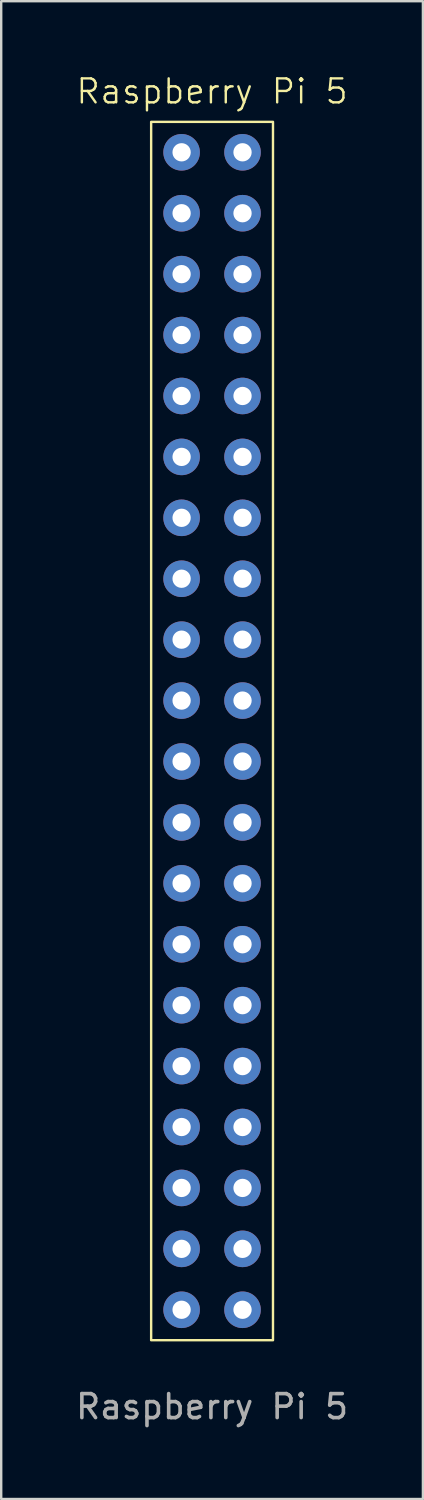
<source format=kicad_pcb>
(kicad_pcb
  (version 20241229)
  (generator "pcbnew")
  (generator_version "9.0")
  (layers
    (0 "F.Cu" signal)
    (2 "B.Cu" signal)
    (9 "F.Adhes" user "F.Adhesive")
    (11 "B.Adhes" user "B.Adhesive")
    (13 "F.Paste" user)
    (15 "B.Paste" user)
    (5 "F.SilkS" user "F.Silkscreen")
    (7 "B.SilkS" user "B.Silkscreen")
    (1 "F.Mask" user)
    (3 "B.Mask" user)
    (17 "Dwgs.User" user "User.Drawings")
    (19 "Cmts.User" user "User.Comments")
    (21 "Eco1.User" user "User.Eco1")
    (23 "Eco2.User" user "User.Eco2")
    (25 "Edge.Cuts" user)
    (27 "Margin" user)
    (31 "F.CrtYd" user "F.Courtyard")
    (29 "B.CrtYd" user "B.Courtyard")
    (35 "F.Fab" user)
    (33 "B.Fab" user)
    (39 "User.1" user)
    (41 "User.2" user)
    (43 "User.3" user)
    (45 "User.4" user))
  (footprint "Raspberry Pi 5"
    (layer "F.Cu")
    (at 5.792 27.43)
    (property "Reference" "Raspberry Pi 5" (at 0 -26.67 0) (unlocked yes) (layer "F.SilkS") (effects (font (size 1 1) (thickness 0.1))))
    (attr through_hole)
    (fp_rect (start -2.54 -25.4) (end 2.54 25.4) (stroke (width 0.1) (type default)) (fill no) (layer "F.SilkS"))
    (fp_text user "${REFERENCE}" (at 0 28.17 0) (unlocked yes) (layer "F.Fab") (effects (font (size 1 1) (thickness 0.15))))
    (pad "1" thru_hole circle (at -1.27 -24.13) (size 1.524 1.524) (drill 0.762) (layers "*.Cu" "*.Mask"))
    (pad "2" thru_hole circle (at 1.27 -24.13) (size 1.524 1.524) (drill 0.762) (layers "*.Cu" "*.Mask"))
    (pad "3" thru_hole circle (at -1.27 -21.59) (size 1.524 1.524) (drill 0.762) (layers "*.Cu" "*.Mask"))
    (pad "4" thru_hole circle (at 1.27 -21.59) (size 1.524 1.524) (drill 0.762) (layers "*.Cu" "*.Mask"))
    (pad "5" thru_hole circle (at -1.27 -19.05) (size 1.524 1.524) (drill 0.762) (layers "*.Cu" "*.Mask"))
    (pad "6" thru_hole circle (at 1.27 -19.05) (size 1.524 1.524) (drill 0.762) (layers "*.Cu" "*.Mask"))
    (pad "7" thru_hole circle (at -1.27 -16.51) (size 1.524 1.524) (drill 0.762) (layers "*.Cu" "*.Mask"))
    (pad "8" thru_hole circle (at 1.27 -16.51) (size 1.524 1.524) (drill 0.762) (layers "*.Cu" "*.Mask"))
    (pad "9" thru_hole circle (at -1.27 -13.97) (size 1.524 1.524) (drill 0.762) (layers "*.Cu" "*.Mask"))
    (pad "10" thru_hole circle (at 1.27 -13.97) (size 1.524 1.524) (drill 0.762) (layers "*.Cu" "*.Mask"))
    (pad "11" thru_hole circle (at -1.27 -11.43) (size 1.524 1.524) (drill 0.762) (layers "*.Cu" "*.Mask"))
    (pad "12" thru_hole circle (at 1.27 -11.43) (size 1.524 1.524) (drill 0.762) (layers "*.Cu" "*.Mask"))
    (pad "13" thru_hole circle (at -1.27 -8.89) (size 1.524 1.524) (drill 0.762) (layers "*.Cu" "*.Mask"))
    (pad "14" thru_hole circle (at 1.27 -8.89) (size 1.524 1.524) (drill 0.762) (layers "*.Cu" "*.Mask"))
    (pad "15" thru_hole circle (at -1.27 -6.35) (size 1.524 1.524) (drill 0.762) (layers "*.Cu" "*.Mask"))
    (pad "16" thru_hole circle (at 1.27 -6.35) (size 1.524 1.524) (drill 0.762) (layers "*.Cu" "*.Mask"))
    (pad "17" thru_hole circle (at -1.27 -3.81) (size 1.524 1.524) (drill 0.762) (layers "*.Cu" "*.Mask"))
    (pad "18" thru_hole circle (at 1.27 -3.81) (size 1.524 1.524) (drill 0.762) (layers "*.Cu" "*.Mask"))
    (pad "19" thru_hole circle (at -1.27 -1.27) (size 1.524 1.524) (drill 0.762) (layers "*.Cu" "*.Mask"))
    (pad "20" thru_hole circle (at 1.27 -1.27) (size 1.524 1.524) (drill 0.762) (layers "*.Cu" "*.Mask"))
    (pad "21" thru_hole circle (at -1.27 1.27) (size 1.524 1.524) (drill 0.762) (layers "*.Cu" "*.Mask"))
    (pad "22" thru_hole circle (at 1.27 1.27) (size 1.524 1.524) (drill 0.762) (layers "*.Cu" "*.Mask"))
    (pad "23" thru_hole circle (at -1.27 3.81) (size 1.524 1.524) (drill 0.762) (layers "*.Cu" "*.Mask"))
    (pad "24" thru_hole circle (at 1.27 3.81) (size 1.524 1.524) (drill 0.762) (layers "*.Cu" "*.Mask"))
    (pad "25" thru_hole circle (at -1.27 6.35) (size 1.524 1.524) (drill 0.762) (layers "*.Cu" "*.Mask"))
    (pad "26" thru_hole circle (at 1.27 6.35) (size 1.524 1.524) (drill 0.762) (layers "*.Cu" "*.Mask"))
    (pad "27" thru_hole circle (at -1.27 8.89) (size 1.524 1.524) (drill 0.762) (layers "*.Cu" "*.Mask"))
    (pad "28" thru_hole circle (at 1.27 8.89) (size 1.524 1.524) (drill 0.762) (layers "*.Cu" "*.Mask"))
    (pad "29" thru_hole circle (at -1.27 11.43) (size 1.524 1.524) (drill 0.762) (layers "*.Cu" "*.Mask"))
    (pad "30" thru_hole circle (at 1.27 11.43) (size 1.524 1.524) (drill 0.762) (layers "*.Cu" "*.Mask"))
    (pad "31" thru_hole circle (at -1.27 13.97) (size 1.524 1.524) (drill 0.762) (layers "*.Cu" "*.Mask"))
    (pad "32" thru_hole circle (at 1.27 13.97) (size 1.524 1.524) (drill 0.762) (layers "*.Cu" "*.Mask"))
    (pad "33" thru_hole circle (at -1.27 16.51) (size 1.524 1.524) (drill 0.762) (layers "*.Cu" "*.Mask"))
    (pad "34" thru_hole circle (at 1.27 16.51) (size 1.524 1.524) (drill 0.762) (layers "*.Cu" "*.Mask"))
    (pad "35" thru_hole circle (at -1.27 19.05) (size 1.524 1.524) (drill 0.762) (layers "*.Cu" "*.Mask"))
    (pad "36" thru_hole circle (at 1.27 19.05) (size 1.524 1.524) (drill 0.762) (layers "*.Cu" "*.Mask"))
    (pad "37" thru_hole circle (at -1.27 21.59) (size 1.524 1.524) (drill 0.762) (layers "*.Cu" "*.Mask"))
    (pad "38" thru_hole circle (at 1.27 21.59) (size 1.524 1.524) (drill 0.762) (layers "*.Cu" "*.Mask"))
    (pad "39" thru_hole circle (at -1.27 24.13) (size 1.524 1.524) (drill 0.762) (layers "*.Cu" "*.Mask"))
    (pad "40" thru_hole circle (at 1.27 24.13) (size 1.524 1.524) (drill 0.762) (layers "*.Cu" "*.Mask"))
    (zone (net_name "") (layer "F.SilkS") (hatch edge 0.5) (connect_pads) (min_thickness 0.25) (filled_areas_thickness no) (keepout (tracks allowed) (vias allowed) (pads allowed) (copperpour allowed) (footprints not_allowed)) (placement (enabled no)) (fill) (polygon (pts (xy 3.252 2.03) (xy 3.252 52.831) (xy 8.332 52.831) (xy 8.332 2.03)))))
  (gr_rect
    (start -3 -3)
    (end 14.583 59.449)
    (stroke (width 0.1) (type default))
    (fill no)
    (layer "Edge.Cuts")))
</source>
